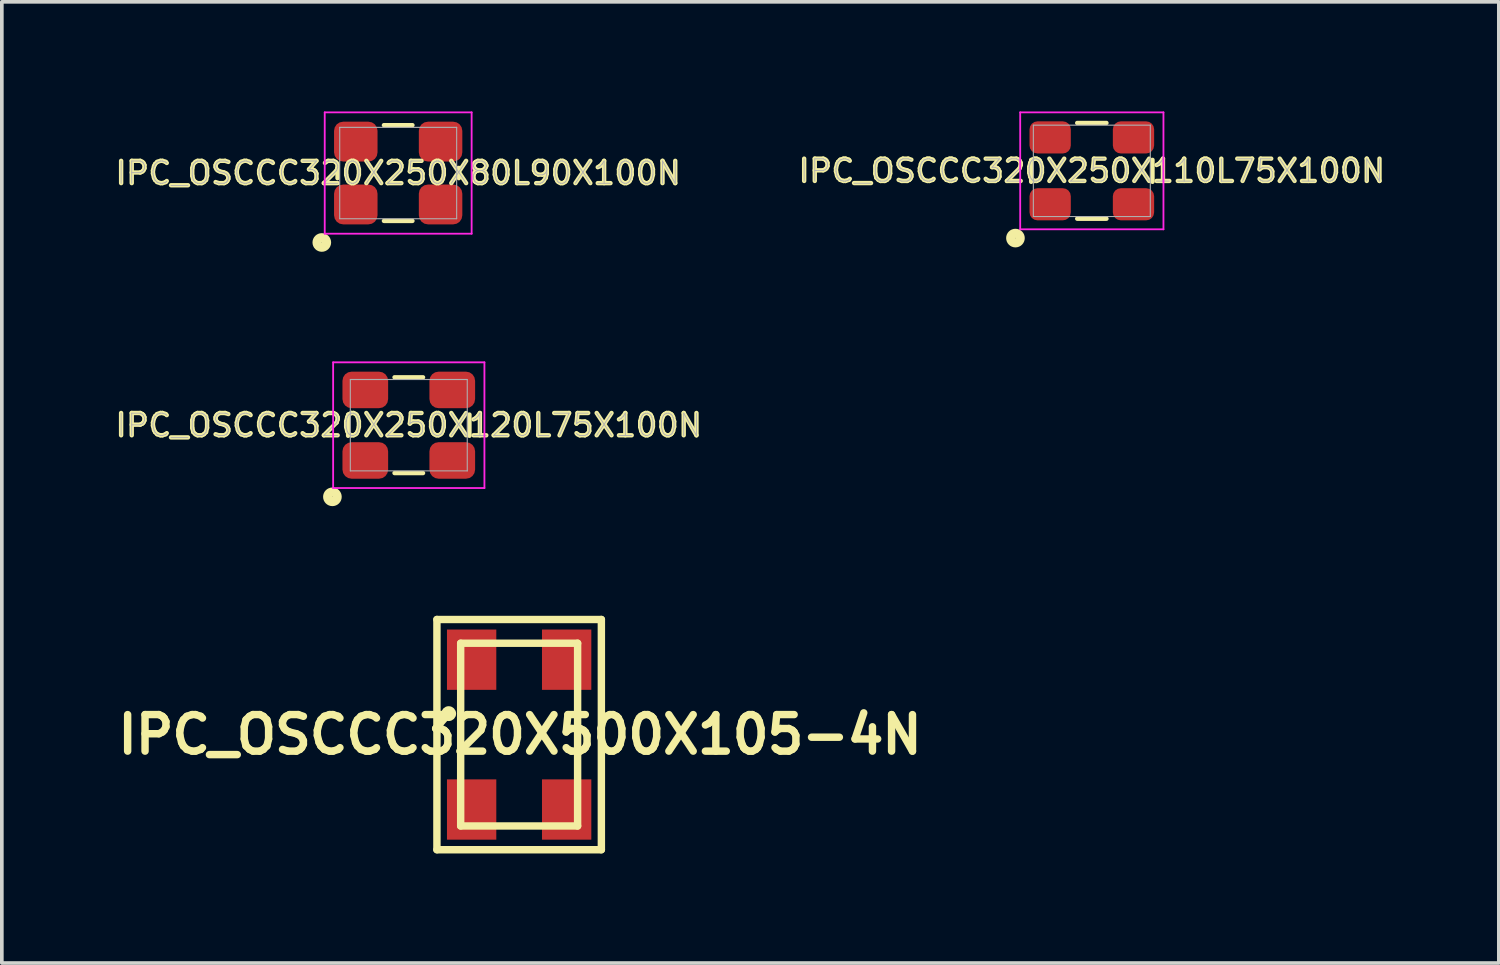
<source format=kicad_pcb>
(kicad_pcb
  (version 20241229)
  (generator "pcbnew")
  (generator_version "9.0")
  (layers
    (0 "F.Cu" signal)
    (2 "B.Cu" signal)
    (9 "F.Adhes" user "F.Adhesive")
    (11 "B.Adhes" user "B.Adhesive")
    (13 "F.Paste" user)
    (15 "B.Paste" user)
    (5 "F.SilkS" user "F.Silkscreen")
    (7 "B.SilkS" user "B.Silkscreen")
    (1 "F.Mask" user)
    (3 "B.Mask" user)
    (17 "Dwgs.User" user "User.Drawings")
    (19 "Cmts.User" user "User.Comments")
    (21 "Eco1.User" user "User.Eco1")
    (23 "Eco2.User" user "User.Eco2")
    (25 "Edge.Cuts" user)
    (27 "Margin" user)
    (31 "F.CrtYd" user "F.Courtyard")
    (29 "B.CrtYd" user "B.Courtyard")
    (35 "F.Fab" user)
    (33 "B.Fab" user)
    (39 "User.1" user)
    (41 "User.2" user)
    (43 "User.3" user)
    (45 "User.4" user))
  (footprint "IPC_OSCCC320X250X120L75X100N"
    (layer "F.Cu")
    (at 8.136 8.585)
    (property "Reference" "IPC_OSCCC320X250X120L75X100N" (at 0 0 0) (layer "F.SilkS") (effects (font (size 0.61 0.61) (thickness 0.12))))
    (attr smd)
    (fp_line (start -1.66 -0.29) (end -1.66 0.29) (stroke (width 0.12) (type solid)) (layer "F.SilkS"))
    (fp_line (start -0.39 1.31) (end 0.39 1.31) (stroke (width 0.12) (type solid)) (layer "F.SilkS"))
    (fp_line (start 0.39 -1.31) (end -0.39 -1.31) (stroke (width 0.12) (type solid)) (layer "F.SilkS"))
    (fp_line (start 1.66 0.29) (end 1.66 -0.29) (stroke (width 0.12) (type solid)) (layer "F.SilkS"))
    (fp_circle (center -2.09 1.96) (end -1.96 1.96) (stroke (width 0.25) (type solid)) (fill no) (layer "F.SilkS"))
    (fp_line (start -2.07 -1.72) (end 2.07 -1.72) (stroke (width 0.05) (type solid)) (layer "F.CrtYd"))
    (fp_line (start -2.07 1.72) (end -2.07 -1.72) (stroke (width 0.05) (type solid)) (layer "F.CrtYd"))
    (fp_line (start 2.07 -1.72) (end 2.07 1.72) (stroke (width 0.05) (type solid)) (layer "F.CrtYd"))
    (fp_line (start 2.07 1.72) (end -2.07 1.72) (stroke (width 0.05) (type solid)) (layer "F.CrtYd"))
    (fp_line (start -1.6 -1.25) (end 1.6 -1.25) (stroke (width 0.03) (type solid)) (layer "F.Fab"))
    (fp_line (start -1.6 1.25) (end -1.6 -1.25) (stroke (width 0.03) (type solid)) (layer "F.Fab"))
    (fp_line (start 1.6 -1.25) (end 1.6 1.25) (stroke (width 0.03) (type solid)) (layer "F.Fab"))
    (fp_line (start 1.6 1.25) (end -1.6 1.25) (stroke (width 0.03) (type solid)) (layer "F.Fab"))
    (fp_text user "${REFERENCE}" (at 0 0 0) (layer "F.Fab") (effects (font (size 0.61 0.61) (thickness 0.025))))
    (pad "1" smd roundrect (at -1.19 0.965) (size 1.25 1) (layers "F.Cu" "F.Mask" "F.Paste") (roundrect_rratio 0.25))
    (pad "2" smd roundrect (at 1.19 0.965) (size 1.25 1) (layers "F.Cu" "F.Mask" "F.Paste") (roundrect_rratio 0.25))
    (pad "3" smd roundrect (at 1.19 -0.965) (size 1.25 1) (layers "F.Cu" "F.Mask" "F.Paste") (roundrect_rratio 0.25))
    (pad "4" smd roundrect (at -1.19 -0.965) (size 1.25 1) (layers "F.Cu" "F.Mask" "F.Paste") (roundrect_rratio 0.25)))
  (footprint "IPC_OSCCC320X250X110L75X100N"
    (layer "F.Cu")
    (at 26.827 1.625)
    (property "Reference" "IPC_OSCCC320X250X110L75X100N" (at 0 0 0) (layer "F.SilkS") (effects (font (size 0.61 0.61) (thickness 0.12))))
    (attr smd)
    (fp_line (start -1.66 -0.3) (end -1.66 0.3) (stroke (width 0.12) (type solid)) (layer "F.SilkS"))
    (fp_line (start -0.4 1.31) (end 0.4 1.31) (stroke (width 0.12) (type solid)) (layer "F.SilkS"))
    (fp_line (start 0.4 -1.31) (end -0.4 -1.31) (stroke (width 0.12) (type solid)) (layer "F.SilkS"))
    (fp_line (start 1.66 0.3) (end 1.66 -0.3) (stroke (width 0.12) (type solid)) (layer "F.SilkS"))
    (fp_circle (center -2.09 1.84) (end -1.96 1.84) (stroke (width 0.25) (type solid)) (fill no) (layer "F.SilkS"))
    (fp_line (start -1.96 -1.6) (end 1.96 -1.6) (stroke (width 0.05) (type solid)) (layer "F.CrtYd"))
    (fp_line (start -1.96 1.6) (end -1.96 -1.6) (stroke (width 0.05) (type solid)) (layer "F.CrtYd"))
    (fp_line (start 1.96 -1.6) (end 1.96 1.6) (stroke (width 0.05) (type solid)) (layer "F.CrtYd"))
    (fp_line (start 1.96 1.6) (end -1.96 1.6) (stroke (width 0.05) (type solid)) (layer "F.CrtYd"))
    (fp_line (start -1.6 -1.25) (end 1.6 -1.25) (stroke (width 0.03) (type solid)) (layer "F.Fab"))
    (fp_line (start -1.6 1.25) (end -1.6 -1.25) (stroke (width 0.03) (type solid)) (layer "F.Fab"))
    (fp_line (start 1.6 -1.25) (end 1.6 1.25) (stroke (width 0.03) (type solid)) (layer "F.Fab"))
    (fp_line (start 1.6 1.25) (end -1.6 1.25) (stroke (width 0.03) (type solid)) (layer "F.Fab"))
    (fp_text user "${REFERENCE}" (at 0 0 0) (layer "F.Fab") (effects (font (size 0.61 0.61) (thickness 0.025))))
    (pad "1" smd roundrect (at -1.14 0.915) (size 1.13 0.88) (layers "F.Cu" "F.Mask" "F.Paste") (roundrect_rratio 0.25))
    (pad "2" smd roundrect (at 1.14 0.915) (size 1.13 0.88) (layers "F.Cu" "F.Mask" "F.Paste") (roundrect_rratio 0.25))
    (pad "3" smd roundrect (at 1.14 -0.915) (size 1.13 0.88) (layers "F.Cu" "F.Mask" "F.Paste") (roundrect_rratio 0.25))
    (pad "4" smd roundrect (at -1.14 -0.915) (size 1.13 0.88) (layers "F.Cu" "F.Mask" "F.Paste") (roundrect_rratio 0.25)))
  (footprint "IPC_OSCCC320X500X105-4N"
    (layer "F.Cu")
    (at 11.156 17.052)
    (property "Reference" "IPC_OSCCC320X500X105-4N" (at 0.025 0 0) (layer "F.SilkS") (effects (font (size 1 1) (thickness 0.203))))
    (attr smd)
    (fp_line (start -2.25 -3.15) (end -2.25 3.15) (stroke (width 0.203) (type solid)) (layer "F.SilkS"))
    (fp_line (start -2.25 -3.15) (end 2.25 -3.15) (stroke (width 0.203) (type solid)) (layer "F.SilkS"))
    (fp_line (start -2.25 3.15) (end 2.25 3.15) (stroke (width 0.203) (type solid)) (layer "F.SilkS"))
    (fp_line (start -1.6 -2.5) (end -1.6 2.5) (stroke (width 0.203) (type solid)) (layer "F.SilkS"))
    (fp_line (start -1.6 -2.5) (end 1.6 -2.5) (stroke (width 0.203) (type solid)) (layer "F.SilkS"))
    (fp_line (start -1.6 2.5) (end 1.6 2.5) (stroke (width 0.203) (type solid)) (layer "F.SilkS"))
    (fp_line (start 1.6 -2.5) (end 1.6 2.5) (stroke (width 0.203) (type solid)) (layer "F.SilkS"))
    (fp_line (start 2.25 -3.15) (end 2.25 3.15) (stroke (width 0.203) (type solid)) (layer "F.SilkS"))
    (fp_circle (center -1.928 -0.574) (end -1.826 -0.574) (stroke (width 0.203) (type solid)) (fill no) (layer "F.SilkS"))
    (pad "1" smd rect (at -1.3 -2.05) (size 1.35 1.65) (layers "F.Cu" "F.Mask" "F.Paste"))
    (pad "2" smd rect (at -1.3 2.05) (size 1.35 1.65) (layers "F.Cu" "F.Mask" "F.Paste"))
    (pad "3" smd rect (at 1.3 2.05) (size 1.35 1.65) (layers "F.Cu" "F.Mask" "F.Paste"))
    (pad "4" smd rect (at 1.3 -2.05) (size 1.35 1.65) (layers "F.Cu" "F.Mask" "F.Paste")))
  (footprint "IPC_OSCCC320X250X80L90X100N"
    (layer "F.Cu")
    (at 7.846 1.685)
    (property "Reference" "IPC_OSCCC320X250X80L90X100N" (at 0 0 0) (layer "F.SilkS") (effects (font (size 0.61 0.61) (thickness 0.12))))
    (attr smd)
    (fp_line (start -1.66 -0.14) (end -1.66 0.14) (stroke (width 0.12) (type solid)) (layer "F.SilkS"))
    (fp_line (start -0.39 1.31) (end 0.39 1.31) (stroke (width 0.12) (type solid)) (layer "F.SilkS"))
    (fp_line (start 0.39 -1.31) (end -0.39 -1.31) (stroke (width 0.12) (type solid)) (layer "F.SilkS"))
    (fp_line (start 1.66 0.14) (end 1.66 -0.14) (stroke (width 0.12) (type solid)) (layer "F.SilkS"))
    (fp_circle (center -2.09 1.9) (end -1.96 1.9) (stroke (width 0.25) (type solid)) (fill no) (layer "F.SilkS"))
    (fp_line (start -2.01 -1.66) (end 2.01 -1.66) (stroke (width 0.05) (type solid)) (layer "F.CrtYd"))
    (fp_line (start -2.01 1.66) (end -2.01 -1.66) (stroke (width 0.05) (type solid)) (layer "F.CrtYd"))
    (fp_line (start 2.01 -1.66) (end 2.01 1.66) (stroke (width 0.05) (type solid)) (layer "F.CrtYd"))
    (fp_line (start 2.01 1.66) (end -2.01 1.66) (stroke (width 0.05) (type solid)) (layer "F.CrtYd"))
    (fp_line (start -1.6 -1.25) (end 1.6 -1.25) (stroke (width 0.03) (type solid)) (layer "F.Fab"))
    (fp_line (start -1.6 1.25) (end -1.6 -1.25) (stroke (width 0.03) (type solid)) (layer "F.Fab"))
    (fp_line (start 1.6 -1.25) (end 1.6 1.25) (stroke (width 0.03) (type solid)) (layer "F.Fab"))
    (fp_line (start 1.6 1.25) (end -1.6 1.25) (stroke (width 0.03) (type solid)) (layer "F.Fab"))
    (fp_text user "${REFERENCE}" (at 0 0 0) (layer "F.Fab") (effects (font (size 0.61 0.61) (thickness 0.025))))
    (pad "1" smd roundrect (at -1.16 0.86) (size 1.19 1.09) (layers "F.Cu" "F.Mask" "F.Paste") (roundrect_rratio 0.229))
    (pad "2" smd roundrect (at 1.16 0.86) (size 1.19 1.09) (layers "F.Cu" "F.Mask" "F.Paste") (roundrect_rratio 0.229))
    (pad "3" smd roundrect (at 1.16 -0.86) (size 1.19 1.09) (layers "F.Cu" "F.Mask" "F.Paste") (roundrect_rratio 0.229))
    (pad "4" smd roundrect (at -1.16 -0.86) (size 1.19 1.09) (layers "F.Cu" "F.Mask" "F.Paste") (roundrect_rratio 0.229)))
  (gr_rect
    (start -3 -3)
    (end 37.964 23.303)
    (stroke (width 0.1) (type default))
    (fill no)
    (layer "Edge.Cuts")))
</source>
